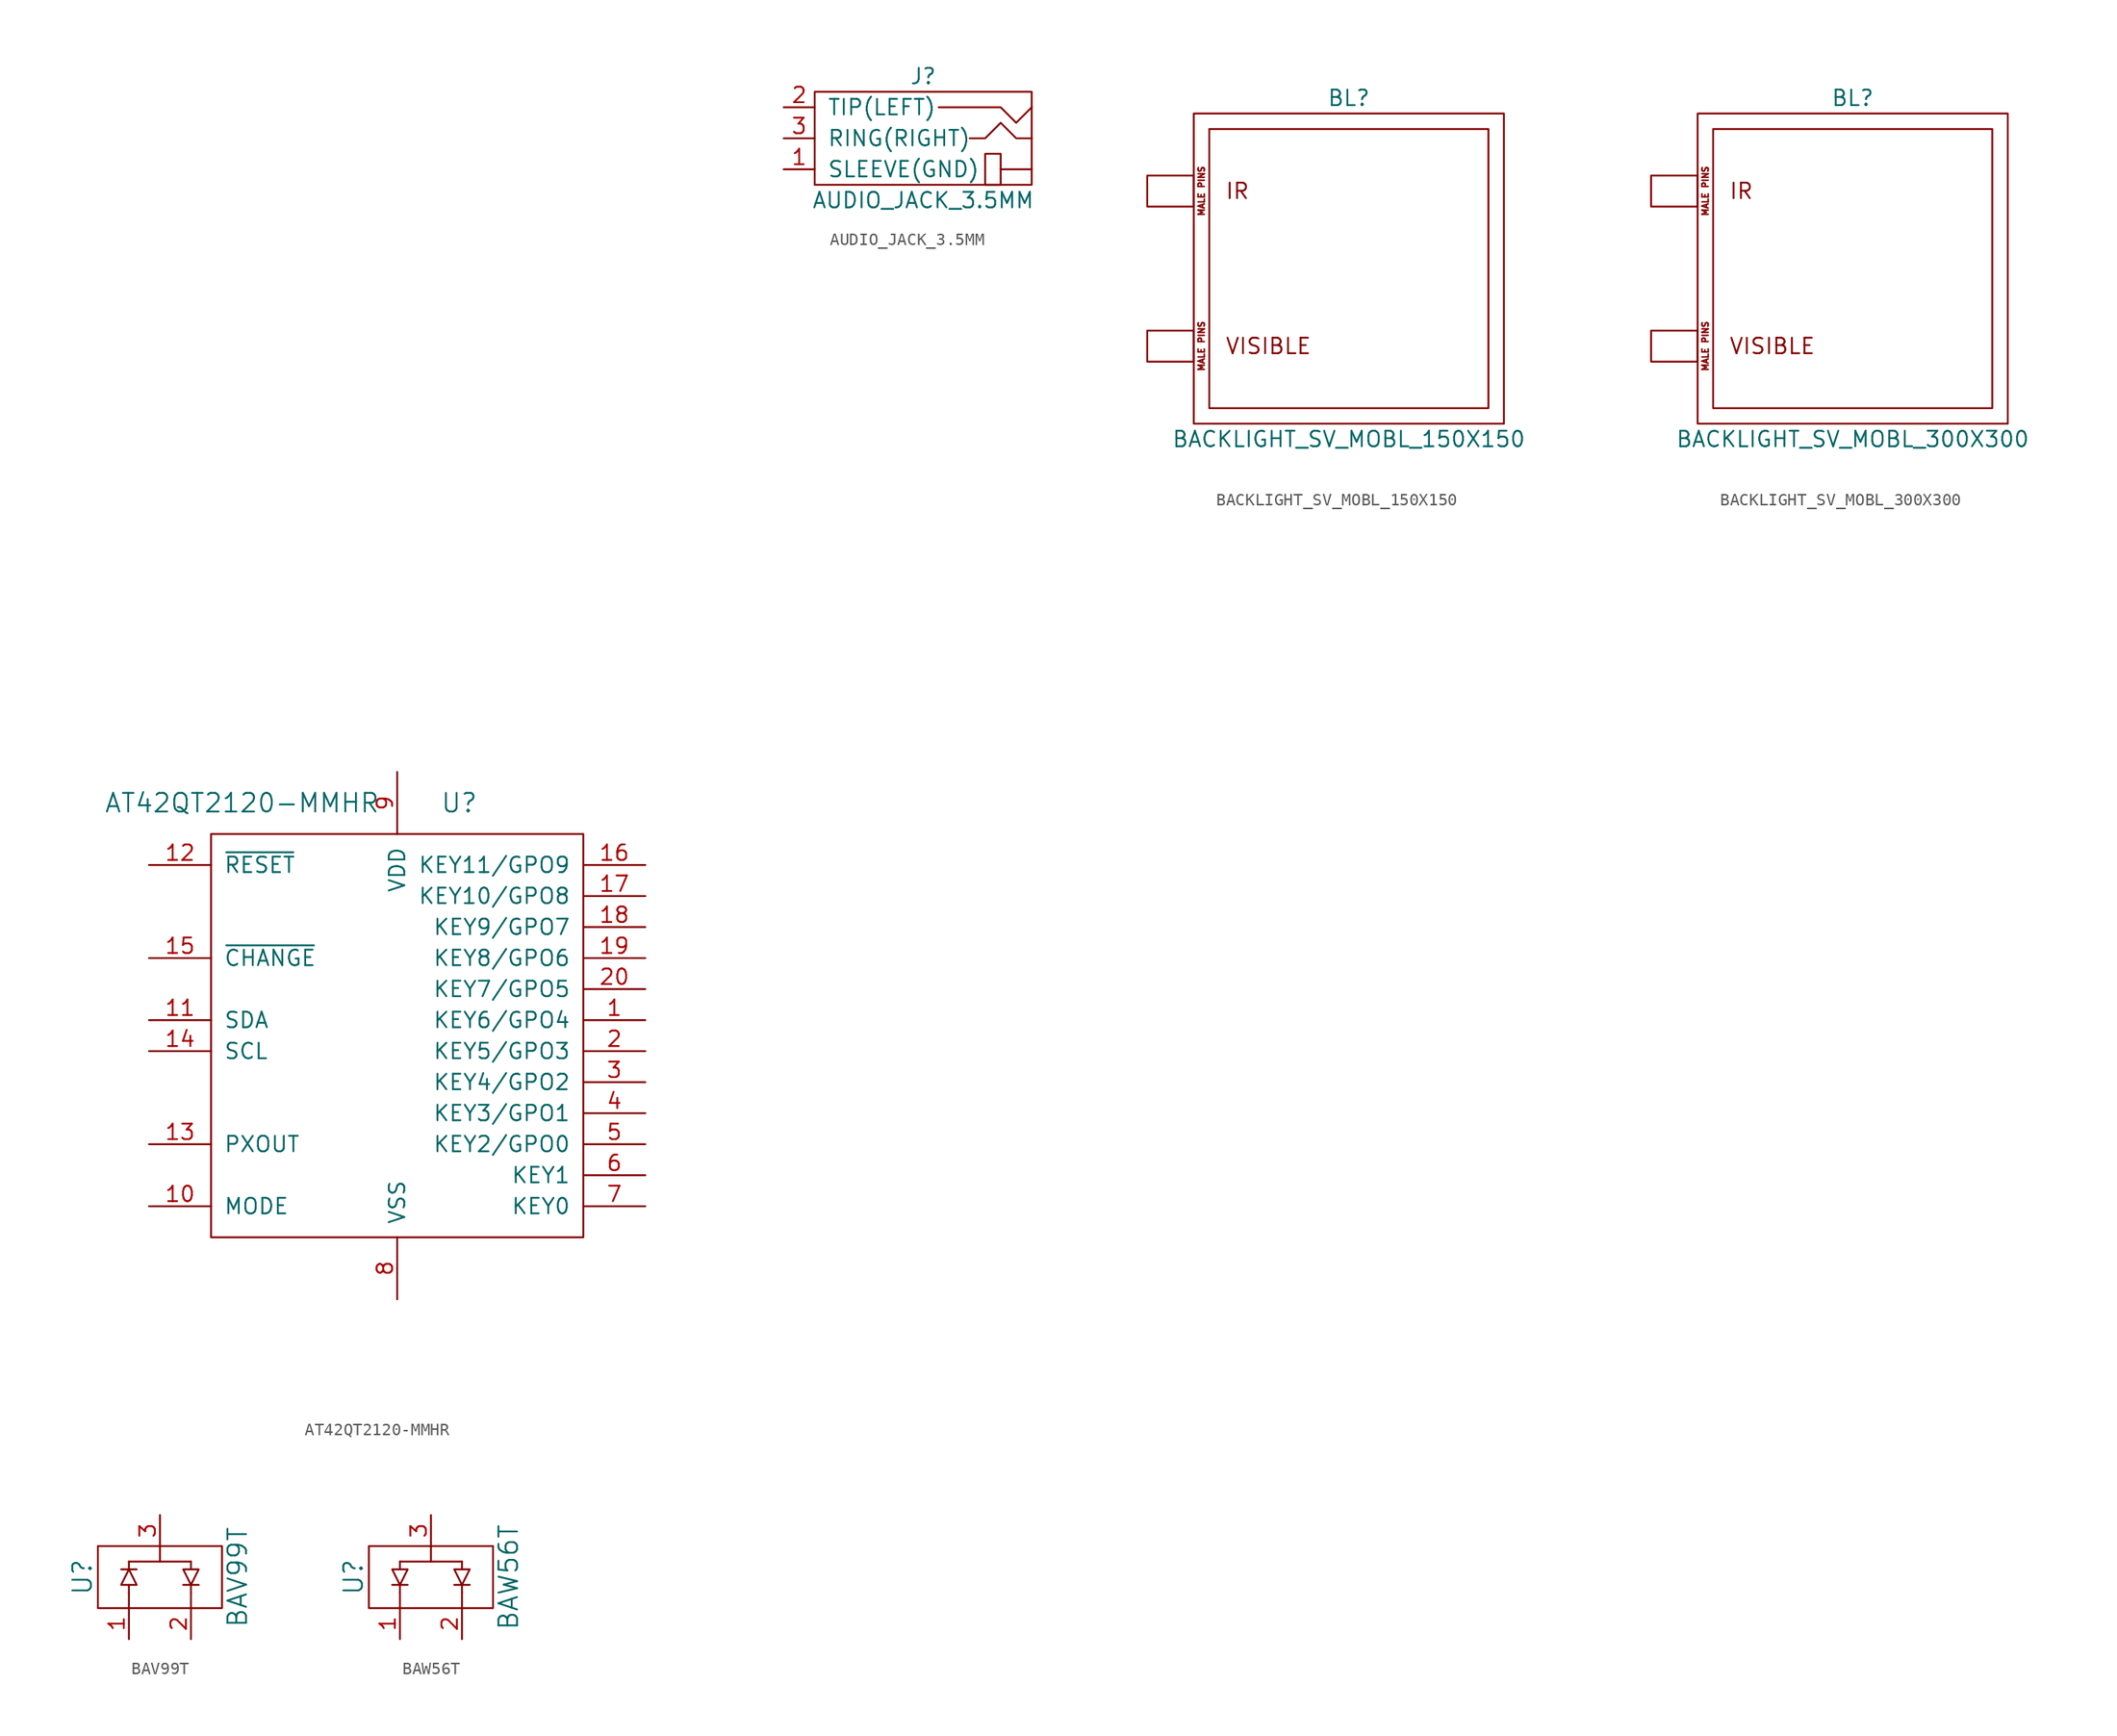
<source format=kicad_sym>
(kicad_symbol_lib
  (version 20211014)
  (generator kicad_symbol_editor)
  (symbol "AT42QT2120-MMHR"
    (pin_names
      (offset 1.016))
    (property "Reference" "U"
      (at 5.08 17.78 0)
      (effects (font (size 1.524 1.524))))
    (property "Value" "AT42QT2120-MMHR"
      (at -12.7 17.78 0)
      (effects (font (size 1.524 1.524))))
    (property "Datasheet" ""
      (at 1.27 69.85 0)
      (effects (font (size 1.524 1.524))))
    (symbol "AT42QT2120-MMHR_0_1"
      (rectangle (start -15.24 15.24) (end 15.24 -17.78) (stroke (width 0) (type default) (color 0 0 0 0)) (fill (type none))))
    (symbol "AT42QT2120-MMHR_1_1"
      (pin passive line (at 20.32 0 180) (length 5.08) (name "KEY6/GPO4" (effects (font (size 1.27 1.27)))) (number "1" (effects (font (size 1.27 1.27)))))
      (pin passive line (at -20.32 -15.24 0) (length 5.08) (name "MODE" (effects (font (size 1.27 1.27)))) (number "10" (effects (font (size 1.27 1.27)))))
      (pin bidirectional line (at -20.32 0 0) (length 5.08) (name "SDA" (effects (font (size 1.27 1.27)))) (number "11" (effects (font (size 1.27 1.27)))))
      (pin passive line (at -20.32 12.7 0) (length 5.08) (name "~{RESET}" (effects (font (size 1.27 1.27)))) (number "12" (effects (font (size 1.27 1.27)))))
      (pin passive line (at -20.32 -10.16 0) (length 5.08) (name "PXOUT" (effects (font (size 1.27 1.27)))) (number "13" (effects (font (size 1.27 1.27)))))
      (pin input line (at -20.32 -2.54 0) (length 5.08) (name "SCL" (effects (font (size 1.27 1.27)))) (number "14" (effects (font (size 1.27 1.27)))))
      (pin open_collector line (at -20.32 5.08 0) (length 5.08) (name "~{CHANGE}" (effects (font (size 1.27 1.27)))) (number "15" (effects (font (size 1.27 1.27)))))
      (pin passive line (at 20.32 12.7 180) (length 5.08) (name "KEY11/GPO9" (effects (font (size 1.27 1.27)))) (number "16" (effects (font (size 1.27 1.27)))))
      (pin passive line (at 20.32 10.16 180) (length 5.08) (name "KEY10/GPO8" (effects (font (size 1.27 1.27)))) (number "17" (effects (font (size 1.27 1.27)))))
      (pin passive line (at 20.32 7.62 180) (length 5.08) (name "KEY9/GPO7" (effects (font (size 1.27 1.27)))) (number "18" (effects (font (size 1.27 1.27)))))
      (pin passive line (at 20.32 5.08 180) (length 5.08) (name "KEY8/GPO6" (effects (font (size 1.27 1.27)))) (number "19" (effects (font (size 1.27 1.27)))))
      (pin passive line (at 20.32 -2.54 180) (length 5.08) (name "KEY5/GPO3" (effects (font (size 1.27 1.27)))) (number "2" (effects (font (size 1.27 1.27)))))
      (pin passive line (at 20.32 2.54 180) (length 5.08) (name "KEY7/GPO5" (effects (font (size 1.27 1.27)))) (number "20" (effects (font (size 1.27 1.27)))))
      (pin passive line (at 20.32 -5.08 180) (length 5.08) (name "KEY4/GPO2" (effects (font (size 1.27 1.27)))) (number "3" (effects (font (size 1.27 1.27)))))
      (pin passive line (at 20.32 -7.62 180) (length 5.08) (name "KEY3/GPO1" (effects (font (size 1.27 1.27)))) (number "4" (effects (font (size 1.27 1.27)))))
      (pin passive line (at 20.32 -10.16 180) (length 5.08) (name "KEY2/GPO0" (effects (font (size 1.27 1.27)))) (number "5" (effects (font (size 1.27 1.27)))))
      (pin passive line (at 20.32 -12.7 180) (length 5.08) (name "KEY1" (effects (font (size 1.27 1.27)))) (number "6" (effects (font (size 1.27 1.27)))))
      (pin passive line (at 20.32 -15.24 180) (length 5.08) (name "KEY0" (effects (font (size 1.27 1.27)))) (number "7" (effects (font (size 1.27 1.27)))))
      (pin power_in line (at 0 -22.86 90) (length 5.08) (name "VSS" (effects (font (size 1.27 1.27)))) (number "8" (effects (font (size 1.27 1.27)))))
      (pin power_in line (at 0 20.32 270) (length 5.08) (name "VDD" (effects (font (size 1.27 1.27)))) (number "9" (effects (font (size 1.27 1.27)))))))
  (symbol "AUDIO_JACK_3.5MM"
    (pin_names
      (offset 1.016))
    (property "Reference" "J"
      (at 0 5.08 0)
      (effects (font (size 1.27 1.27))))
    (property "Value" "AUDIO_JACK_3.5MM"
      (at 0 -5.08 0)
      (effects (font (size 1.27 1.27))))
    (property "Datasheet" ""
      (at 0 0 0)
      (effects (font (size 1.27 1.27))))
    (symbol "AUDIO_JACK_3.5MM_0_1"
      (rectangle (start -8.89 3.81) (end 8.89 -3.81) (stroke (width 0) (type default) (color 0 0 0 0)) (fill (type none)))
      (polyline (pts (xy 6.35 -2.54) (xy 8.89 -2.54)) (stroke (width 0) (type default) (color 0 0 0 0)) (fill (type none)))
      (polyline (pts (xy 8.89 2.54) (xy 7.62 1.27) (xy 6.35 2.54) (xy 1.27 2.54)) (stroke (width 0) (type default) (color 0 0 0 0)) (fill (type none)))
      (polyline (pts (xy 8.89 0) (xy 7.62 0) (xy 6.35 1.27) (xy 5.08 0) (xy 3.81 0)) (stroke (width 0) (type default) (color 0 0 0 0)) (fill (type none)))
      (rectangle (start 5.08 -1.27) (end 6.35 -3.81) (stroke (width 0) (type default) (color 0 0 0 0)) (fill (type none))))
    (symbol "AUDIO_JACK_3.5MM_1_1"
      (pin passive line (at -11.43 -2.54 0) (length 2.54) (name "SLEEVE(GND)" (effects (font (size 1.27 1.27)))) (number "1" (effects (font (size 1.27 1.27)))))
      (pin passive line (at -11.43 2.54 0) (length 2.54) (name "TIP(LEFT)" (effects (font (size 1.27 1.27)))) (number "2" (effects (font (size 1.27 1.27)))))
      (pin passive line (at -11.43 0 0) (length 2.54) (name "RING(RIGHT)" (effects (font (size 1.27 1.27)))) (number "3" (effects (font (size 1.27 1.27)))))))
  (symbol "BACKLIGHT_SV_MOBL_150X150"
    (pin_names
      (offset 1.016))
    (property "Reference" "BL"
      (at 0 13.97 0)
      (effects (font (size 1.27 1.27))))
    (property "Value" "BACKLIGHT_SV_MOBL_150X150"
      (at 0 -13.97 0)
      (effects (font (size 1.27 1.27))))
    (symbol "BACKLIGHT_SV_MOBL_150X150_0_0"
      (text "IR" (at -10.16 6.35 0) (effects (font (size 1.27 1.27)) (justify left)))
      (text "MALE PINS" (at -12.065 -6.35 900) (effects (font (size 0.508 0.508))))
      (text "MALE PINS" (at -12.065 6.35 900) (effects (font (size 0.508 0.508))))
      (text "VISIBLE" (at -10.16 -6.35 0) (effects (font (size 1.27 1.27)) (justify left))))
    (symbol "BACKLIGHT_SV_MOBL_150X150_0_1"
      (rectangle (start -12.7 -7.62) (end -16.51 -5.08) (stroke (width 0) (type default) (color 0 0 0 0)) (fill (type none)))
      (rectangle (start -12.7 7.62) (end -16.51 5.08) (stroke (width 0) (type default) (color 0 0 0 0)) (fill (type none)))
      (rectangle (start -12.7 12.7) (end 12.7 -12.7) (stroke (width 0) (type default) (color 0 0 0 0)) (fill (type none)))
      (rectangle (start -11.43 11.43) (end 11.43 -11.43) (stroke (width 0) (type default) (color 0 0 0 0)) (fill (type none)))))
  (symbol "BACKLIGHT_SV_MOBL_300X300"
    (pin_names
      (offset 1.016))
    (property "Reference" "BL"
      (at 0 13.97 0)
      (effects (font (size 1.27 1.27))))
    (property "Value" "BACKLIGHT_SV_MOBL_300X300"
      (at 0 -13.97 0)
      (effects (font (size 1.27 1.27))))
    (symbol "BACKLIGHT_SV_MOBL_300X300_0_0"
      (text "IR" (at -10.16 6.35 0) (effects (font (size 1.27 1.27)) (justify left)))
      (text "MALE PINS" (at -12.065 -6.35 900) (effects (font (size 0.508 0.508))))
      (text "MALE PINS" (at -12.065 6.35 900) (effects (font (size 0.508 0.508))))
      (text "VISIBLE" (at -10.16 -6.35 0) (effects (font (size 1.27 1.27)) (justify left))))
    (symbol "BACKLIGHT_SV_MOBL_300X300_0_1"
      (rectangle (start -12.7 -7.62) (end -16.51 -5.08) (stroke (width 0) (type default) (color 0 0 0 0)) (fill (type none)))
      (rectangle (start -12.7 7.62) (end -16.51 5.08) (stroke (width 0) (type default) (color 0 0 0 0)) (fill (type none)))
      (rectangle (start -12.7 12.7) (end 12.7 -12.7) (stroke (width 0) (type default) (color 0 0 0 0)) (fill (type none)))
      (rectangle (start -11.43 11.43) (end 11.43 -11.43) (stroke (width 0) (type default) (color 0 0 0 0)) (fill (type none)))))
  (symbol "BAV99T"
    (pin_names
      (offset 1.016))
    (property "Reference" "U"
      (at -6.35 0 90)
      (effects (font (size 1.524 1.524))))
    (property "Value" "BAV99T"
      (at 6.35 0 90)
      (effects (font (size 1.524 1.524))))
    (symbol "BAV99T_0_1"
      (rectangle (start -5.08 2.54) (end 5.08 -2.54) (stroke (width 0) (type default) (color 0 0 0 0)) (fill (type none)))
      (polyline (pts (xy -3.175 0.635) (xy -1.905 0.635)) (stroke (width 0) (type default) (color 0 0 0 0)) (fill (type none)))
      (polyline (pts (xy -2.54 -1.27) (xy -2.54 -2.54)) (stroke (width 0) (type default) (color 0 0 0 0)) (fill (type none)))
      (polyline (pts (xy -2.54 -0.635) (xy -2.54 -1.27)) (stroke (width 0) (type default) (color 0 0 0 0)) (fill (type none)))
      (polyline (pts (xy -2.54 1.27) (xy -2.54 0.635)) (stroke (width 0) (type default) (color 0 0 0 0)) (fill (type none)))
      (polyline (pts (xy -2.54 1.27) (xy 2.54 1.27)) (stroke (width 0) (type default) (color 0 0 0 0)) (fill (type none)))
      (polyline (pts (xy 0 1.27) (xy 0 2.54)) (stroke (width 0) (type default) (color 0 0 0 0)) (fill (type none)))
      (polyline (pts (xy 1.905 -0.635) (xy 3.175 -0.635)) (stroke (width 0) (type default) (color 0 0 0 0)) (fill (type none)))
      (polyline (pts (xy 2.54 -1.27) (xy 2.54 -2.54)) (stroke (width 0) (type default) (color 0 0 0 0)) (fill (type none)))
      (polyline (pts (xy 2.54 -0.635) (xy 2.54 -1.27)) (stroke (width 0) (type default) (color 0 0 0 0)) (fill (type none)))
      (polyline (pts (xy 2.54 0.635) (xy 2.54 1.27)) (stroke (width 0) (type default) (color 0 0 0 0)) (fill (type none)))
      (polyline (pts (xy -2.54 0.635) (xy -3.175 -0.635) (xy -1.905 -0.635) (xy -2.54 0.635)) (stroke (width 0) (type default) (color 0 0 0 0)) (fill (type none)))
      (polyline (pts (xy 1.905 0.635) (xy 3.175 0.635) (xy 2.54 -0.635) (xy 1.905 0.635)) (stroke (width 0) (type default) (color 0 0 0 0)) (fill (type none))))
    (symbol "BAV99T_1_1"
      (pin passive line (at -2.54 -5.08 90) (length 2.54) (name "~" (effects (font (size 1.27 1.27)))) (number "1" (effects (font (size 1.27 1.27)))))
      (pin passive line (at 2.54 -5.08 90) (length 2.54) (name "~" (effects (font (size 1.27 1.27)))) (number "2" (effects (font (size 1.27 1.27)))))
      (pin passive line (at 0 5.08 270) (length 2.54) (name "~" (effects (font (size 1.27 1.27)))) (number "3" (effects (font (size 1.27 1.27)))))))
  (symbol "BAW56T"
    (pin_names
      (offset 1.016))
    (property "Reference" "U"
      (at -6.35 0 90)
      (effects (font (size 1.524 1.524))))
    (property "Value" "BAW56T"
      (at 6.35 0 90)
      (effects (font (size 1.524 1.524))))
    (symbol "BAW56T_0_1"
      (rectangle (start -5.08 2.54) (end 5.08 -2.54) (stroke (width 0) (type default) (color 0 0 0 0)) (fill (type none)))
      (polyline (pts (xy -3.175 -0.635) (xy -1.905 -0.635)) (stroke (width 0) (type default) (color 0 0 0 0)) (fill (type none)))
      (polyline (pts (xy -2.54 -1.27) (xy -2.54 -2.54)) (stroke (width 0) (type default) (color 0 0 0 0)) (fill (type none)))
      (polyline (pts (xy -2.54 -0.635) (xy -2.54 -1.27)) (stroke (width 0) (type default) (color 0 0 0 0)) (fill (type none)))
      (polyline (pts (xy -2.54 1.27) (xy -2.54 0.635)) (stroke (width 0) (type default) (color 0 0 0 0)) (fill (type none)))
      (polyline (pts (xy -2.54 1.27) (xy 2.54 1.27)) (stroke (width 0) (type default) (color 0 0 0 0)) (fill (type none)))
      (polyline (pts (xy 0 1.27) (xy 0 2.54)) (stroke (width 0) (type default) (color 0 0 0 0)) (fill (type none)))
      (polyline (pts (xy 1.905 -0.635) (xy 3.175 -0.635)) (stroke (width 0) (type default) (color 0 0 0 0)) (fill (type none)))
      (polyline (pts (xy 2.54 -1.27) (xy 2.54 -2.54)) (stroke (width 0) (type default) (color 0 0 0 0)) (fill (type none)))
      (polyline (pts (xy 2.54 -0.635) (xy 2.54 -1.27)) (stroke (width 0) (type default) (color 0 0 0 0)) (fill (type none)))
      (polyline (pts (xy 2.54 0.635) (xy 2.54 1.27)) (stroke (width 0) (type default) (color 0 0 0 0)) (fill (type none)))
      (polyline (pts (xy -2.54 -0.635) (xy -1.905 0.635) (xy -3.175 0.635) (xy -2.54 -0.635)) (stroke (width 0) (type default) (color 0 0 0 0)) (fill (type none)))
      (polyline (pts (xy 2.54 -0.635) (xy 3.175 0.635) (xy 1.905 0.635) (xy 2.54 -0.635)) (stroke (width 0) (type default) (color 0 0 0 0)) (fill (type none))))
    (symbol "BAW56T_1_1"
      (pin passive line (at -2.54 -5.08 90) (length 2.54) (name "~" (effects (font (size 1.27 1.27)))) (number "1" (effects (font (size 1.27 1.27)))))
      (pin passive line (at 2.54 -5.08 90) (length 2.54) (name "~" (effects (font (size 1.27 1.27)))) (number "2" (effects (font (size 1.27 1.27)))))
      (pin passive line (at 0 5.08 270) (length 2.54) (name "~" (effects (font (size 1.27 1.27)))) (number "3" (effects (font (size 1.27 1.27))))))))
</source>
